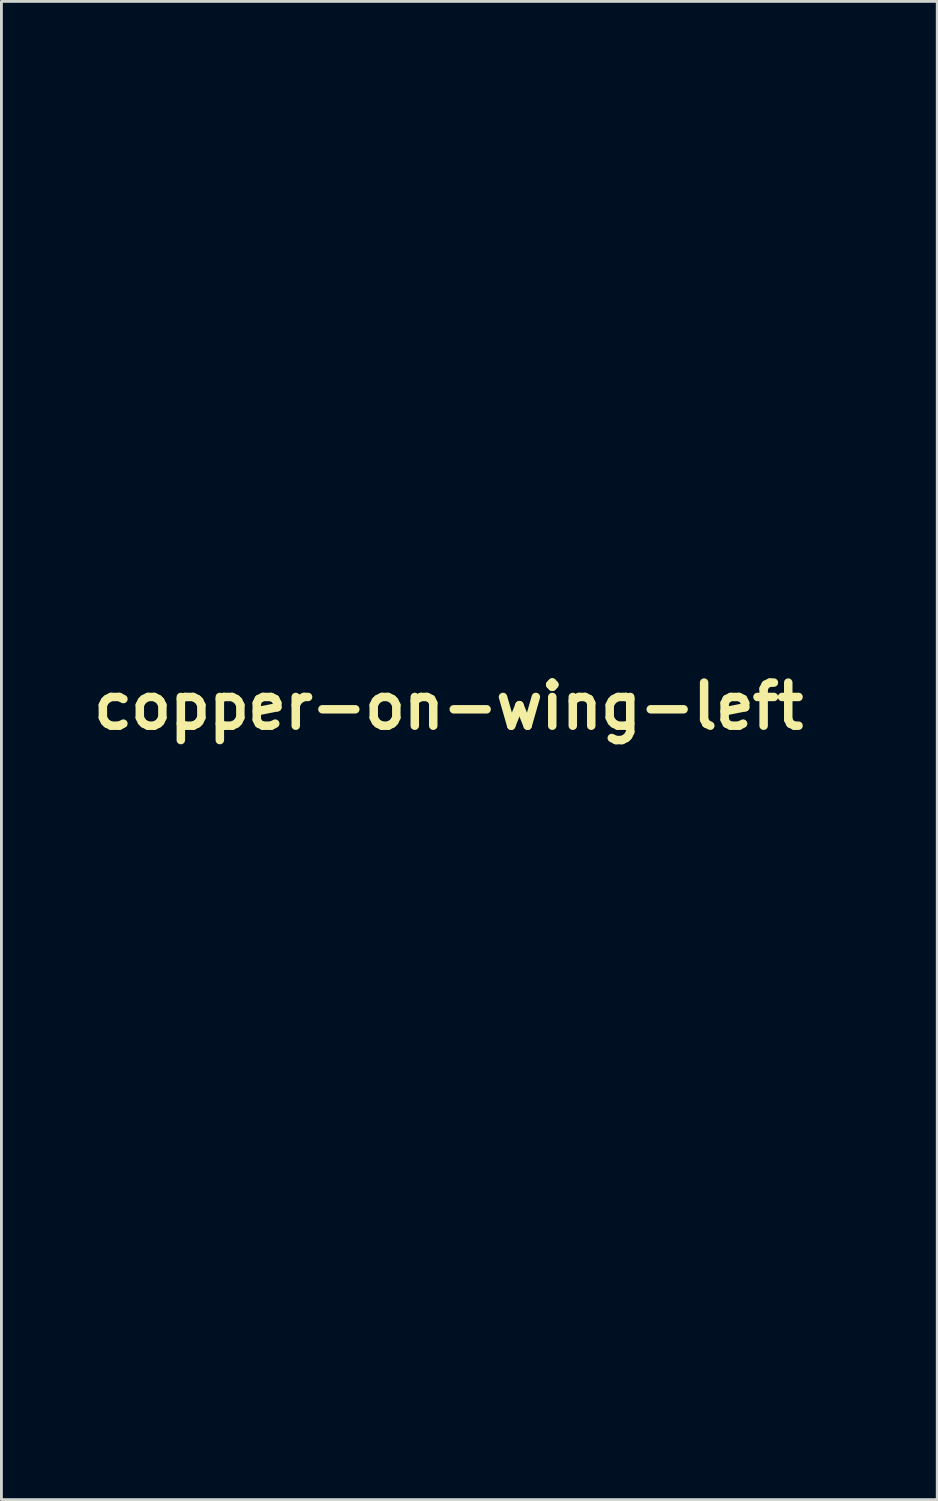
<source format=kicad_pcb>
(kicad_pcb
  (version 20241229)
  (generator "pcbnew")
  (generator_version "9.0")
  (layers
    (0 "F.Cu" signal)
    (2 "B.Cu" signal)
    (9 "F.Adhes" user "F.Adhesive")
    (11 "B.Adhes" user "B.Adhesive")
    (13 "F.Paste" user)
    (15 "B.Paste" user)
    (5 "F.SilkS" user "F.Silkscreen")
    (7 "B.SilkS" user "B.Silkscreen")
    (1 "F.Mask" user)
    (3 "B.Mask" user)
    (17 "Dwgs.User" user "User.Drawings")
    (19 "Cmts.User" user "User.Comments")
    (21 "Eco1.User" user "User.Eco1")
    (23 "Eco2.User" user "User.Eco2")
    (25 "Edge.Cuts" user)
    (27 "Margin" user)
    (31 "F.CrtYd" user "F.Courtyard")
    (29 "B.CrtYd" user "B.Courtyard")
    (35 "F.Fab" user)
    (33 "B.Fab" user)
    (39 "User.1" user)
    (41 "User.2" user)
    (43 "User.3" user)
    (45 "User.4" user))
  (footprint "copper-on-wing-left"
    (layer "F.Cu")
    (at 12.816 21.925)
    (property "Reference" "copper-on-wing-left" (at 0 0 0) (layer "F.SilkS") (effects (font (size 1.524 1.524) (thickness 0.3))))
    (attr through_hole)
    (fp_poly (pts (xy -5.434 -21.816) (xy -5.173 -21.582) (xy -5.09 -21.447) (xy -5.015 -21.175) (xy -4.991 -20.772) (xy -5.016 -20.272) (xy -5.088 -19.704) (xy -5.206 -19.1) (xy -5.248 -18.923) (xy -5.499 -17.907) (xy -5.5 -14.52) (xy -5.499 -13.607) (xy -5.495 -12.847) (xy -5.487 -12.222) (xy -5.475 -11.716) (xy -5.459 -11.313) (xy -5.437 -10.996) (xy -5.41 -10.747) (xy -5.377 -10.551) (xy -5.375 -10.541) (xy -5.32 -10.188) (xy -5.278 -9.73) (xy -5.254 -9.23) (xy -5.249 -8.938) (xy -5.247 -8.574) (xy -5.236 -8.271) (xy -5.21 -7.997) (xy -5.162 -7.718) (xy -5.085 -7.402) (xy -4.973 -7.015) (xy -4.819 -6.524) (xy -4.682 -6.096) (xy -4.572 -5.746) (xy -4.476 -5.419) (xy -4.412 -5.18) (xy -4.408 -5.165) (xy -4.327 -4.86) (xy -4.213 -4.492) (xy -4.083 -4.109) (xy -3.954 -3.758) (xy -3.843 -3.488) (xy -3.783 -3.37) (xy -3.633 -3.037) (xy -3.541 -2.651) (xy -3.52 -2.284) (xy -3.557 -2.072) (xy -3.734 -1.769) (xy -4.001 -1.582) (xy -4.316 -1.521) (xy -4.64 -1.595) (xy -4.892 -1.773) (xy -5.083 -2.018) (xy -5.245 -2.316) (xy -5.274 -2.387) (xy -5.575 -3.237) (xy -5.865 -4.091) (xy -6.122 -4.887) (xy -6.258 -5.334) (xy -6.456 -5.999) (xy -6.611 -6.53) (xy -6.73 -6.954) (xy -6.817 -7.299) (xy -6.878 -7.592) (xy -6.918 -7.862) (xy -6.944 -8.136) (xy -6.959 -8.442) (xy -6.971 -8.808) (xy -6.976 -8.975) (xy -6.994 -9.454) (xy -7.021 -9.896) (xy -7.054 -10.263) (xy -7.089 -10.515) (xy -7.104 -10.583) (xy -7.131 -10.758) (xy -7.152 -11.099) (xy -7.17 -11.604) (xy -7.183 -12.271) (xy -7.192 -13.096) (xy -7.196 -14.077) (xy -7.197 -14.549) (xy -7.197 -18.219) (xy -6.943 -19.233) (xy -6.839 -19.691) (xy -6.756 -20.141) (xy -6.703 -20.527) (xy -6.689 -20.755) (xy -6.673 -21.063) (xy -6.633 -21.326) (xy -6.594 -21.447) (xy -6.366 -21.735) (xy -6.07 -21.893) (xy -5.746 -21.92) (xy -5.434 -21.816)) (stroke (width 0.01) (type solid)) (fill yes) (layer "F.Mask"))
    (fp_poly (pts (xy 0.243 10.043) (xy 0.497 10.223) (xy 0.65 10.472) (xy 0.677 10.638) (xy 0.717 10.769) (xy 0.825 11.009) (xy 0.983 11.321) (xy 1.132 11.594) (xy 1.333 11.964) (xy 1.511 12.318) (xy 1.643 12.607) (xy 1.695 12.742) (xy 1.815 13) (xy 2.004 13.294) (xy 2.138 13.462) (xy 2.462 13.891) (xy 2.739 14.371) (xy 2.921 14.817) (xy 3.019 15.016) (xy 3.18 15.248) (xy 3.229 15.307) (xy 3.397 15.534) (xy 3.589 15.841) (xy 3.736 16.111) (xy 3.912 16.434) (xy 4.125 16.786) (xy 4.352 17.13) (xy 4.568 17.432) (xy 4.748 17.654) (xy 4.859 17.756) (xy 4.952 17.856) (xy 5.111 18.072) (xy 5.316 18.374) (xy 5.546 18.731) (xy 5.782 19.112) (xy 6.005 19.487) (xy 6.195 19.825) (xy 6.224 19.879) (xy 6.428 20.246) (xy 6.639 20.579) (xy 6.882 20.911) (xy 7.183 21.276) (xy 7.566 21.705) (xy 7.843 22.006) (xy 8.126 22.311) (xy 8.408 22.621) (xy 8.639 22.878) (xy 8.679 22.924) (xy 8.933 23.165) (xy 9.222 23.372) (xy 9.359 23.445) (xy 9.676 23.633) (xy 9.849 23.869) (xy 9.906 24.189) (xy 9.906 24.215) (xy 9.848 24.565) (xy 9.662 24.818) (xy 9.484 24.933) (xy 9.073 25.055) (xy 8.639 25.015) (xy 8.208 24.82) (xy 8.031 24.679) (xy 7.768 24.435) (xy 7.442 24.113) (xy 7.077 23.737) (xy 6.696 23.331) (xy 6.324 22.922) (xy 5.983 22.533) (xy 5.736 22.237) (xy 5.362 21.737) (xy 4.996 21.19) (xy 4.704 20.695) (xy 4.412 20.176) (xy 4.135 19.737) (xy 3.823 19.3) (xy 3.768 19.227) (xy 3.374 18.701) (xy 3.062 18.265) (xy 2.805 17.879) (xy 2.575 17.504) (xy 2.443 17.272) (xy 2.231 16.92) (xy 1.999 16.573) (xy 1.793 16.3) (xy 1.767 16.27) (xy 1.516 15.908) (xy 1.333 15.505) (xy 1.316 15.45) (xy 1.094 14.96) (xy 0.761 14.505) (xy 0.511 14.174) (xy 0.293 13.815) (xy 0.169 13.547) (xy 0.058 13.26) (xy -0.046 13.017) (xy -0.099 12.912) (xy -0.423 12.336) (xy -0.658 11.874) (xy -0.815 11.503) (xy -0.903 11.199) (xy -0.931 10.939) (xy -0.931 10.927) (xy -0.881 10.504) (xy -0.725 10.205) (xy -0.456 10.018) (xy -0.39 9.994) (xy -0.067 9.958) (xy 0.243 10.043)) (stroke (width 0.01) (type solid)) (fill yes) (layer "F.Mask"))
    (fp_poly (pts (xy 5.207 -15.155) (xy 5.341 -15.11) (xy 5.452 -15.06) (xy 5.541 -14.991) (xy 5.611 -14.886) (xy 5.663 -14.731) (xy 5.7 -14.51) (xy 5.723 -14.208) (xy 5.734 -13.809) (xy 5.735 -13.298) (xy 5.729 -12.659) (xy 5.717 -11.878) (xy 5.705 -11.226) (xy 5.691 -10.362) (xy 5.681 -9.651) (xy 5.676 -9.075) (xy 5.675 -8.618) (xy 5.68 -8.263) (xy 5.691 -7.994) (xy 5.708 -7.793) (xy 5.731 -7.644) (xy 5.76 -7.53) (xy 5.782 -7.469) (xy 5.874 -7.175) (xy 5.949 -6.823) (xy 5.97 -6.676) (xy 6.064 -6.038) (xy 6.188 -5.467) (xy 6.314 -5.057) (xy 6.377 -4.803) (xy 6.421 -4.46) (xy 6.435 -4.149) (xy 6.463 -3.728) (xy 6.542 -3.217) (xy 6.66 -2.661) (xy 6.805 -2.103) (xy 6.966 -1.587) (xy 7.132 -1.158) (xy 7.269 -0.894) (xy 7.414 -0.644) (xy 7.511 -0.435) (xy 7.535 -0.341) (xy 7.582 -0.167) (xy 7.651 -0.04) (xy 7.722 0.134) (xy 7.784 0.408) (xy 7.814 0.635) (xy 7.854 0.946) (xy 7.924 1.287) (xy 8.031 1.688) (xy 8.183 2.173) (xy 8.387 2.77) (xy 8.546 3.217) (xy 8.712 3.7) (xy 8.882 4.224) (xy 9.03 4.716) (xy 9.108 4.995) (xy 9.219 5.389) (xy 9.339 5.763) (xy 9.448 6.058) (xy 9.488 6.15) (xy 9.603 6.447) (xy 9.701 6.802) (xy 9.734 6.969) (xy 9.802 7.286) (xy 9.892 7.575) (xy 9.943 7.694) (xy 10.03 7.949) (xy 10.077 8.254) (xy 10.079 8.314) (xy 10.115 8.644) (xy 10.198 8.976) (xy 10.213 9.017) (xy 10.319 9.306) (xy 10.438 9.648) (xy 10.488 9.795) (xy 10.595 10.074) (xy 10.71 10.304) (xy 10.768 10.388) (xy 10.89 10.559) (xy 11.032 10.802) (xy 11.075 10.885) (xy 11.21 11.121) (xy 11.342 11.301) (xy 11.38 11.339) (xy 11.509 11.488) (xy 11.644 11.701) (xy 11.651 11.714) (xy 11.79 11.979) (xy 11.938 12.26) (xy 11.947 12.277) (xy 12.082 12.505) (xy 12.273 12.797) (xy 12.443 13.039) (xy 12.651 13.337) (xy 12.844 13.634) (xy 12.956 13.825) (xy 13.1 14.034) (xy 13.329 14.305) (xy 13.599 14.588) (xy 13.675 14.662) (xy 13.99 14.982) (xy 14.183 15.236) (xy 14.271 15.45) (xy 14.274 15.464) (xy 14.272 15.844) (xy 14.132 16.164) (xy 13.879 16.395) (xy 13.537 16.505) (xy 13.439 16.51) (xy 13.255 16.481) (xy 13.046 16.382) (xy 12.777 16.192) (xy 12.58 16.035) (xy 12.282 15.766) (xy 12.009 15.479) (xy 11.811 15.227) (xy 11.781 15.18) (xy 11.633 14.946) (xy 11.417 14.628) (xy 11.168 14.275) (xy 11.016 14.067) (xy 10.773 13.724) (xy 10.554 13.391) (xy 10.389 13.114) (xy 10.327 12.989) (xy 10.177 12.707) (xy 9.995 12.448) (xy 9.957 12.405) (xy 9.814 12.233) (xy 9.74 12.107) (xy 9.737 12.091) (xy 9.693 11.986) (xy 9.58 11.785) (xy 9.421 11.532) (xy 9.185 11.108) (xy 8.951 10.579) (xy 8.742 10.007) (xy 8.582 9.455) (xy 8.542 9.271) (xy 8.408 8.658) (xy 8.252 8.034) (xy 8.087 7.45) (xy 7.926 6.951) (xy 7.827 6.689) (xy 7.714 6.378) (xy 7.589 5.979) (xy 7.475 5.569) (xy 7.457 5.498) (xy 7.349 5.1) (xy 7.204 4.616) (xy 7.045 4.122) (xy 6.951 3.847) (xy 6.711 3.166) (xy 6.525 2.624) (xy 6.386 2.201) (xy 6.288 1.878) (xy 6.225 1.634) (xy 6.191 1.449) (xy 6.181 1.305) (xy 6.181 1.298) (xy 6.14 1.016) (xy 6.031 0.639) (xy 5.871 0.215) (xy 5.677 -0.205) (xy 5.591 -0.367) (xy 5.449 -0.681) (xy 5.298 -1.12) (xy 5.146 -1.641) (xy 5.004 -2.202) (xy 4.883 -2.76) (xy 4.794 -3.273) (xy 4.746 -3.696) (xy 4.741 -3.839) (xy 4.72 -4.204) (xy 4.666 -4.54) (xy 4.611 -4.72) (xy 4.53 -4.982) (xy 4.463 -5.322) (xy 4.435 -5.542) (xy 4.385 -5.885) (xy 4.295 -6.299) (xy 4.185 -6.697) (xy 4.18 -6.712) (xy 4.121 -6.9) (xy 4.075 -7.067) (xy 4.04 -7.237) (xy 4.015 -7.43) (xy 4 -7.67) (xy 3.993 -7.977) (xy 3.992 -8.375) (xy 3.998 -8.885) (xy 4.008 -9.53) (xy 4.016 -9.971) (xy 4.036 -11.027) (xy 4.056 -11.926) (xy 4.077 -12.678) (xy 4.099 -13.297) (xy 4.123 -13.794) (xy 4.149 -14.179) (xy 4.178 -14.467) (xy 4.211 -14.667) (xy 4.248 -14.792) (xy 4.256 -14.809) (xy 4.459 -15.036) (xy 4.756 -15.168) (xy 5.086 -15.184) (xy 5.207 -15.155)) (stroke (width 0.01) (type solid)) (fill yes) (layer "F.Mask")))
  (gr_rect
    (start -3 -3)
    (end 30.095 49.984)
    (stroke (width 0.1) (type default))
    (fill no)
    (layer "Edge.Cuts")))
</source>
